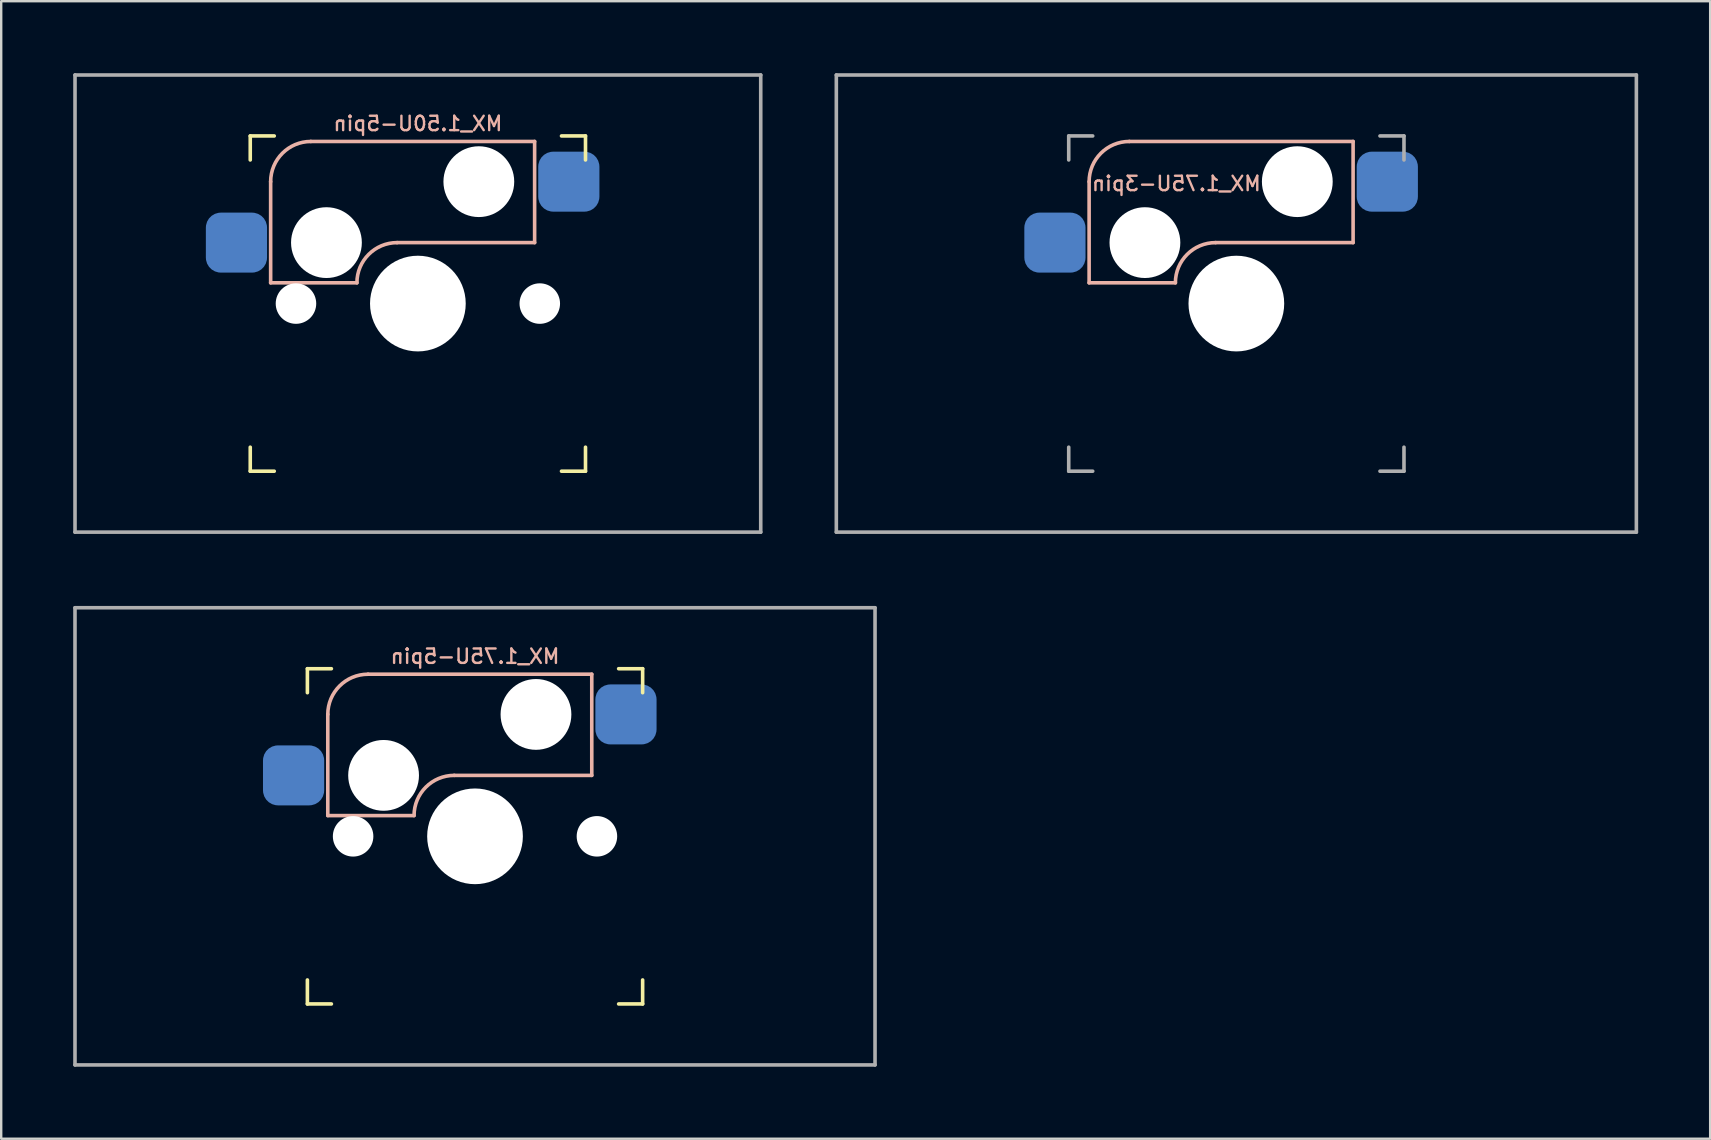
<source format=kicad_pcb>
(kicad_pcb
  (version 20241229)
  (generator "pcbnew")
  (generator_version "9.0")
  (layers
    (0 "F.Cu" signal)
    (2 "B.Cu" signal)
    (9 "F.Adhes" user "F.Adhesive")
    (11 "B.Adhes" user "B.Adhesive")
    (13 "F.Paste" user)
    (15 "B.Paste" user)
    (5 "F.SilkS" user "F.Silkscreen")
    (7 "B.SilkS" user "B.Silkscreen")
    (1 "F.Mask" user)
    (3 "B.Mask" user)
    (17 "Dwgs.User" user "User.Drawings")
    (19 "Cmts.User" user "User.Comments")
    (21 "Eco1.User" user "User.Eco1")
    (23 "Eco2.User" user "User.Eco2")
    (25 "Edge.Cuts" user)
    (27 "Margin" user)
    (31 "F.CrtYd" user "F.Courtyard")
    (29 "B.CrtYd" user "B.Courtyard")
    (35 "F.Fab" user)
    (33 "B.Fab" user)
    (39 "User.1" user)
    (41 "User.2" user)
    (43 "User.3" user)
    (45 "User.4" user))
  (footprint "MX_1.50U-5pin"
    (layer "F.Cu")
    (at 14.363 9.6)
    (property "Reference" "MX_1.50U-5pin" (at 0 -7.5 0) (layer "B.SilkS") (effects (font (size 0.6 0.6) (thickness 0.1)) (justify mirror)))
    (attr smd)
    (fp_line (start -6.985 -5.985) (end -6.985 -6.985) (stroke (width 0.15) (type solid)) (layer "F.SilkS"))
    (fp_line (start -6.985 6.985) (end -6.985 5.985) (stroke (width 0.15) (type solid)) (layer "F.SilkS"))
    (fp_line (start -6.985 6.985) (end -5.985 6.985) (stroke (width 0.15) (type solid)) (layer "F.SilkS"))
    (fp_line (start -5.985 -6.985) (end -6.985 -6.985) (stroke (width 0.15) (type solid)) (layer "F.SilkS"))
    (fp_line (start 5.985 6.985) (end 6.985 6.985) (stroke (width 0.15) (type solid)) (layer "F.SilkS"))
    (fp_line (start 6.985 -6.985) (end 5.985 -6.985) (stroke (width 0.15) (type solid)) (layer "F.SilkS"))
    (fp_line (start 6.985 -6.985) (end 6.985 -5.985) (stroke (width 0.15) (type solid)) (layer "F.SilkS"))
    (fp_line (start 6.985 5.985) (end 6.985 6.985) (stroke (width 0.15) (type solid)) (layer "F.SilkS"))
    (fp_line (start -6.135 -5.08) (end -6.135 -0.865) (stroke (width 0.15) (type solid)) (layer "B.SilkS"))
    (fp_line (start -6.135 -0.865) (end -2.54 -0.865) (stroke (width 0.15) (type solid)) (layer "B.SilkS"))
    (fp_line (start -4.46 -6.755) (end 4.865 -6.755) (stroke (width 0.15) (type solid)) (layer "B.SilkS"))
    (fp_line (start -0.865 -2.54) (end 4.865 -2.54) (stroke (width 0.15) (type solid)) (layer "B.SilkS"))
    (fp_line (start 4.865 -6.755) (end 4.865 -2.54) (stroke (width 0.15) (type solid)) (layer "B.SilkS"))
    (fp_arc (start -6.135 -5.08) (mid -5.644404 -6.264404) (end -4.46 -6.755) (stroke (width 0.15) (type solid)) (layer "B.SilkS"))
    (fp_arc (start -2.54 -0.865) (mid -2.049404 -2.049404) (end -0.865 -2.54) (stroke (width 0.15) (type solid)) (layer "B.SilkS"))
    (fp_line (start -6.985 6.985) (end -6.985 -6.985) (stroke (width 0.15) (type solid)) (layer "Eco2.User"))
    (fp_line (start -6.985 6.985) (end 6.985 6.985) (stroke (width 0.15) (type solid)) (layer "Eco2.User"))
    (fp_line (start 6.985 -6.985) (end -6.985 -6.985) (stroke (width 0.15) (type solid)) (layer "Eco2.User"))
    (fp_line (start 6.985 -6.985) (end 6.985 6.985) (stroke (width 0.15) (type solid)) (layer "Eco2.User"))
    (fp_line (start -14.287 -9.525) (end 14.287 -9.525) (stroke (width 0.15) (type solid)) (layer "F.Fab"))
    (fp_line (start -14.287 9.525) (end -14.287 -9.525) (stroke (width 0.15) (type solid)) (layer "F.Fab"))
    (fp_line (start 14.287 -9.525) (end 14.287 9.525) (stroke (width 0.15) (type solid)) (layer "F.Fab"))
    (fp_line (start 14.287 9.525) (end -14.287 9.525) (stroke (width 0.15) (type solid)) (layer "F.Fab"))
    (pad "" np_thru_hole circle (at -5.08 0) (size 1.688 1.688) (drill 1.688) (layers "*.Cu" "*.Mask"))
    (pad "" np_thru_hole circle (at -3.81 -2.54) (size 2.95 2.95) (drill 2.95) (layers "*.Cu" "*.Mask"))
    (pad "" np_thru_hole circle (at 0 0) (size 3.988 3.988) (drill 3.988) (layers "*.Cu" "*.Mask"))
    (pad "" np_thru_hole circle (at 2.54 -5.08) (size 2.95 2.95) (drill 2.95) (layers "*.Cu" "*.Mask"))
    (pad "" np_thru_hole circle (at 5.08 0) (size 1.688 1.688) (drill 1.688) (layers "*.Cu" "*.Mask"))
    (pad "1" smd roundrect (at 6.29 -5.08) (size 2.55 2.5) (layers "B.Cu" "B.Mask" "B.Paste") (roundrect_rratio 0.25))
    (pad "2" smd roundrect (at -7.56 -2.54) (size 2.55 2.5) (layers "B.Cu" "B.Mask" "B.Paste") (roundrect_rratio 0.25)))
  (footprint "MX_1.75U-3pin"
    (layer "F.Cu")
    (at 48.469 9.6)
    (property "Reference" "MX_1.75U-3pin" (at -2.5 -5 0) (layer "B.SilkS") (effects (font (size 0.6 0.6) (thickness 0.1)) (justify mirror)))
    (attr smd)
    (fp_line (start -6.135 -5.08) (end -6.135 -0.865) (stroke (width 0.15) (type solid)) (layer "B.SilkS"))
    (fp_line (start -6.135 -0.865) (end -2.54 -0.865) (stroke (width 0.15) (type solid)) (layer "B.SilkS"))
    (fp_line (start -4.46 -6.755) (end 4.865 -6.755) (stroke (width 0.15) (type solid)) (layer "B.SilkS"))
    (fp_line (start -0.865 -2.54) (end 4.865 -2.54) (stroke (width 0.15) (type solid)) (layer "B.SilkS"))
    (fp_line (start 4.865 -6.755) (end 4.865 -2.54) (stroke (width 0.15) (type solid)) (layer "B.SilkS"))
    (fp_arc (start -6.135 -5.08) (mid -5.644404 -6.264404) (end -4.46 -6.755) (stroke (width 0.15) (type solid)) (layer "B.SilkS"))
    (fp_arc (start -2.54 -0.865) (mid -2.049404 -2.049404) (end -0.865 -2.54) (stroke (width 0.15) (type solid)) (layer "B.SilkS"))
    (fp_line (start -6.985 6.985) (end -6.985 -6.985) (stroke (width 0.15) (type solid)) (layer "Eco2.User"))
    (fp_line (start -6.985 6.985) (end 6.985 6.985) (stroke (width 0.15) (type solid)) (layer "Eco2.User"))
    (fp_line (start 6.985 -6.985) (end -6.985 -6.985) (stroke (width 0.15) (type solid)) (layer "Eco2.User"))
    (fp_line (start 6.985 -6.985) (end 6.985 6.985) (stroke (width 0.15) (type solid)) (layer "Eco2.User"))
    (fp_line (start -16.669 -9.525) (end 16.669 -9.525) (stroke (width 0.15) (type solid)) (layer "F.Fab"))
    (fp_line (start -16.669 9.525) (end -16.669 -9.525) (stroke (width 0.15) (type solid)) (layer "F.Fab"))
    (fp_line (start -6.985 -5.985) (end -6.985 -6.985) (stroke (width 0.15) (type solid)) (layer "F.Fab"))
    (fp_line (start -6.985 6.985) (end -6.985 5.985) (stroke (width 0.15) (type solid)) (layer "F.Fab"))
    (fp_line (start -6.985 6.985) (end -5.985 6.985) (stroke (width 0.15) (type solid)) (layer "F.Fab"))
    (fp_line (start -5.985 -6.985) (end -6.985 -6.985) (stroke (width 0.15) (type solid)) (layer "F.Fab"))
    (fp_line (start 5.985 6.985) (end 6.985 6.985) (stroke (width 0.15) (type solid)) (layer "F.Fab"))
    (fp_line (start 6.985 -6.985) (end 5.985 -6.985) (stroke (width 0.15) (type solid)) (layer "F.Fab"))
    (fp_line (start 6.985 -6.985) (end 6.985 -5.985) (stroke (width 0.15) (type solid)) (layer "F.Fab"))
    (fp_line (start 6.985 5.985) (end 6.985 6.985) (stroke (width 0.15) (type solid)) (layer "F.Fab"))
    (fp_line (start 16.669 -9.525) (end 16.669 9.525) (stroke (width 0.15) (type solid)) (layer "F.Fab"))
    (fp_line (start 16.669 9.525) (end -16.669 9.525) (stroke (width 0.15) (type solid)) (layer "F.Fab"))
    (pad "" np_thru_hole circle (at -3.81 -2.54) (size 2.95 2.95) (drill 2.95) (layers "*.Cu" "*.Mask"))
    (pad "" np_thru_hole circle (at 0 0) (size 3.988 3.988) (drill 3.988) (layers "*.Cu" "*.Mask"))
    (pad "" np_thru_hole circle (at 2.54 -5.08) (size 2.95 2.95) (drill 2.95) (layers "*.Cu" "*.Mask"))
    (pad "1" smd roundrect (at 6.29 -5.08) (size 2.55 2.5) (layers "B.Cu" "B.Mask" "B.Paste") (roundrect_rratio 0.25))
    (pad "2" smd roundrect (at -7.56 -2.54) (size 2.55 2.5) (layers "B.Cu" "B.Mask" "B.Paste") (roundrect_rratio 0.25)))
  (footprint "MX_1.75U-5pin"
    (layer "F.Cu")
    (at 16.744 31.8)
    (property "Reference" "MX_1.75U-5pin" (at 0 -7.5 0) (layer "B.SilkS") (effects (font (size 0.6 0.6) (thickness 0.1)) (justify mirror)))
    (attr smd)
    (fp_line (start -6.985 -5.985) (end -6.985 -6.985) (stroke (width 0.15) (type solid)) (layer "F.SilkS"))
    (fp_line (start -6.985 6.985) (end -6.985 5.985) (stroke (width 0.15) (type solid)) (layer "F.SilkS"))
    (fp_line (start -6.985 6.985) (end -5.985 6.985) (stroke (width 0.15) (type solid)) (layer "F.SilkS"))
    (fp_line (start -5.985 -6.985) (end -6.985 -6.985) (stroke (width 0.15) (type solid)) (layer "F.SilkS"))
    (fp_line (start 5.985 6.985) (end 6.985 6.985) (stroke (width 0.15) (type solid)) (layer "F.SilkS"))
    (fp_line (start 6.985 -6.985) (end 5.985 -6.985) (stroke (width 0.15) (type solid)) (layer "F.SilkS"))
    (fp_line (start 6.985 -6.985) (end 6.985 -5.985) (stroke (width 0.15) (type solid)) (layer "F.SilkS"))
    (fp_line (start 6.985 5.985) (end 6.985 6.985) (stroke (width 0.15) (type solid)) (layer "F.SilkS"))
    (fp_line (start -6.135 -5.08) (end -6.135 -0.865) (stroke (width 0.15) (type solid)) (layer "B.SilkS"))
    (fp_line (start -6.135 -0.865) (end -2.54 -0.865) (stroke (width 0.15) (type solid)) (layer "B.SilkS"))
    (fp_line (start -4.46 -6.755) (end 4.865 -6.755) (stroke (width 0.15) (type solid)) (layer "B.SilkS"))
    (fp_line (start -0.865 -2.54) (end 4.865 -2.54) (stroke (width 0.15) (type solid)) (layer "B.SilkS"))
    (fp_line (start 4.865 -6.755) (end 4.865 -2.54) (stroke (width 0.15) (type solid)) (layer "B.SilkS"))
    (fp_arc (start -6.135 -5.08) (mid -5.644404 -6.264404) (end -4.46 -6.755) (stroke (width 0.15) (type solid)) (layer "B.SilkS"))
    (fp_arc (start -2.54 -0.865) (mid -2.049404 -2.049404) (end -0.865 -2.54) (stroke (width 0.15) (type solid)) (layer "B.SilkS"))
    (fp_line (start -6.985 6.985) (end -6.985 -6.985) (stroke (width 0.15) (type solid)) (layer "Eco2.User"))
    (fp_line (start -6.985 6.985) (end 6.985 6.985) (stroke (width 0.15) (type solid)) (layer "Eco2.User"))
    (fp_line (start 6.985 -6.985) (end -6.985 -6.985) (stroke (width 0.15) (type solid)) (layer "Eco2.User"))
    (fp_line (start 6.985 -6.985) (end 6.985 6.985) (stroke (width 0.15) (type solid)) (layer "Eco2.User"))
    (fp_line (start -16.669 -9.525) (end 16.669 -9.525) (stroke (width 0.15) (type solid)) (layer "F.Fab"))
    (fp_line (start -16.669 9.525) (end -16.669 -9.525) (stroke (width 0.15) (type solid)) (layer "F.Fab"))
    (fp_line (start 16.669 -9.525) (end 16.669 9.525) (stroke (width 0.15) (type solid)) (layer "F.Fab"))
    (fp_line (start 16.669 9.525) (end -16.669 9.525) (stroke (width 0.15) (type solid)) (layer "F.Fab"))
    (pad "" np_thru_hole circle (at -5.08 0) (size 1.688 1.688) (drill 1.688) (layers "*.Cu" "*.Mask"))
    (pad "" np_thru_hole circle (at -3.81 -2.54) (size 2.95 2.95) (drill 2.95) (layers "*.Cu" "*.Mask"))
    (pad "" np_thru_hole circle (at 0 0) (size 3.988 3.988) (drill 3.988) (layers "*.Cu" "*.Mask"))
    (pad "" np_thru_hole circle (at 2.54 -5.08) (size 2.95 2.95) (drill 2.95) (layers "*.Cu" "*.Mask"))
    (pad "" np_thru_hole circle (at 5.08 0) (size 1.688 1.688) (drill 1.688) (layers "*.Cu" "*.Mask"))
    (pad "1" smd roundrect (at 6.29 -5.08) (size 2.55 2.5) (layers "B.Cu" "B.Mask" "B.Paste") (roundrect_rratio 0.25))
    (pad "2" smd roundrect (at -7.56 -2.54) (size 2.55 2.5) (layers "B.Cu" "B.Mask" "B.Paste") (roundrect_rratio 0.25)))
  (gr_rect
    (start -3 -3)
    (end 68.213 44.4)
    (stroke (width 0.1) (type default))
    (fill no)
    (layer "Edge.Cuts")))
</source>
